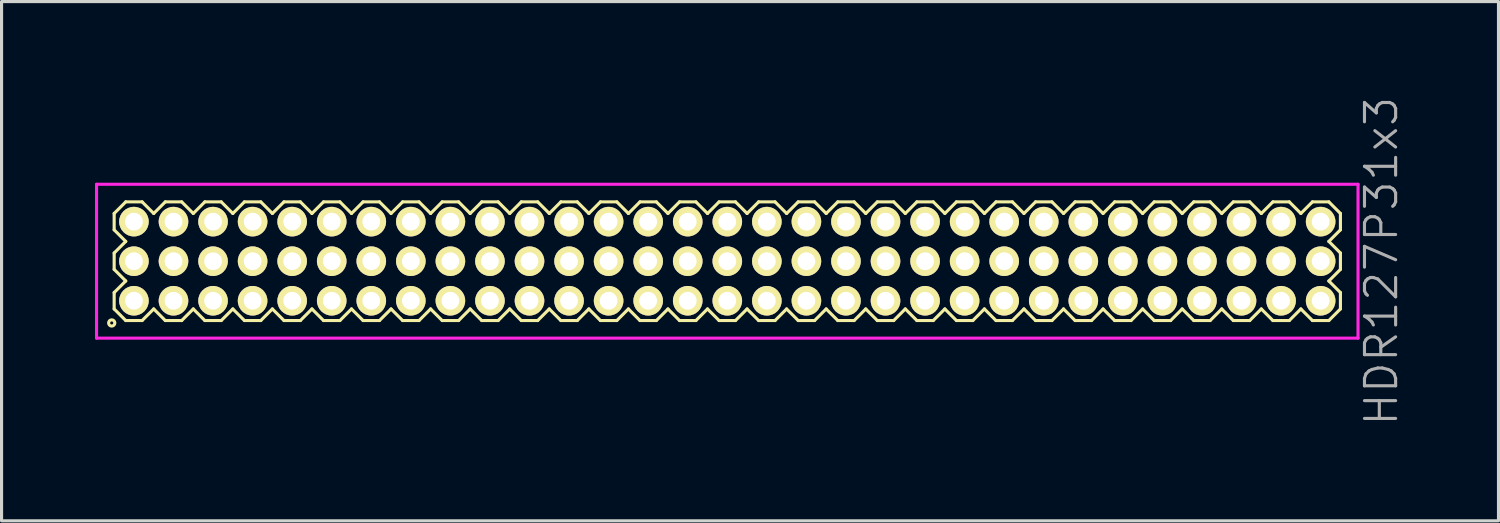
<source format=kicad_pcb>
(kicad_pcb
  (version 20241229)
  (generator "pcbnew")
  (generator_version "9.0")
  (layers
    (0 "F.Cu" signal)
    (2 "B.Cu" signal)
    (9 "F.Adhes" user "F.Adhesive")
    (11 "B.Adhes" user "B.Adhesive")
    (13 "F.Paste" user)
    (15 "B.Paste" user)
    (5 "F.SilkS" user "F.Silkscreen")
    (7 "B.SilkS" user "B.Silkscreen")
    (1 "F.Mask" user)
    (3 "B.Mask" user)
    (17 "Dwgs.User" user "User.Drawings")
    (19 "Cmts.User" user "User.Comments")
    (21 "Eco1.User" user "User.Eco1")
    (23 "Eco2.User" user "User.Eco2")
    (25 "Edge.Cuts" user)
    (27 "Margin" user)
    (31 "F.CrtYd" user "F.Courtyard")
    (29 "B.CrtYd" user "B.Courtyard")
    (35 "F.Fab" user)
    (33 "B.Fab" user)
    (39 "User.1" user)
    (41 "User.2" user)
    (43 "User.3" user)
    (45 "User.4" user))
  (footprint "HDR127P31x3"
    (layer "F.Cu")
    (at 20.3 5.336)
    (property "Reference" "HDR127P31x3" (at 21 0 90) (layer "F.Fab") (effects (font (size 1 1) (thickness 0.1))))
    (attr through_hole)
    (fp_line (start -19.685 -1.533) (end -19.313 -1.905) (stroke (width 0.1) (type solid)) (layer "F.SilkS"))
    (fp_line (start -19.685 -1.007) (end -19.685 -1.533) (stroke (width 0.1) (type solid)) (layer "F.SilkS"))
    (fp_line (start -19.685 -0.263) (end -19.313 -0.635) (stroke (width 0.1) (type solid)) (layer "F.SilkS"))
    (fp_line (start -19.685 0.263) (end -19.685 -0.263) (stroke (width 0.1) (type solid)) (layer "F.SilkS"))
    (fp_line (start -19.685 1.007) (end -19.313 0.635) (stroke (width 0.1) (type solid)) (layer "F.SilkS"))
    (fp_line (start -19.685 1.533) (end -19.685 1.007) (stroke (width 0.1) (type solid)) (layer "F.SilkS"))
    (fp_line (start -19.313 -1.905) (end -18.787 -1.905) (stroke (width 0.1) (type solid)) (layer "F.SilkS"))
    (fp_line (start -19.313 -0.635) (end -19.685 -1.007) (stroke (width 0.1) (type solid)) (layer "F.SilkS"))
    (fp_line (start -19.313 0.635) (end -19.685 0.263) (stroke (width 0.1) (type solid)) (layer "F.SilkS"))
    (fp_line (start -19.313 1.905) (end -19.685 1.533) (stroke (width 0.1) (type solid)) (layer "F.SilkS"))
    (fp_line (start -18.787 -1.905) (end -18.415 -1.533) (stroke (width 0.1) (type solid)) (layer "F.SilkS"))
    (fp_line (start -18.787 1.905) (end -19.313 1.905) (stroke (width 0.1) (type solid)) (layer "F.SilkS"))
    (fp_line (start -18.415 -1.533) (end -18.043 -1.905) (stroke (width 0.1) (type solid)) (layer "F.SilkS"))
    (fp_line (start -18.415 1.533) (end -18.787 1.905) (stroke (width 0.1) (type solid)) (layer "F.SilkS"))
    (fp_line (start -18.043 -1.905) (end -17.517 -1.905) (stroke (width 0.1) (type solid)) (layer "F.SilkS"))
    (fp_line (start -18.043 1.905) (end -18.415 1.533) (stroke (width 0.1) (type solid)) (layer "F.SilkS"))
    (fp_line (start -17.517 -1.905) (end -17.145 -1.533) (stroke (width 0.1) (type solid)) (layer "F.SilkS"))
    (fp_line (start -17.517 1.905) (end -18.043 1.905) (stroke (width 0.1) (type solid)) (layer "F.SilkS"))
    (fp_line (start -17.145 -1.533) (end -16.773 -1.905) (stroke (width 0.1) (type solid)) (layer "F.SilkS"))
    (fp_line (start -17.145 1.533) (end -17.517 1.905) (stroke (width 0.1) (type solid)) (layer "F.SilkS"))
    (fp_line (start -16.773 -1.905) (end -16.247 -1.905) (stroke (width 0.1) (type solid)) (layer "F.SilkS"))
    (fp_line (start -16.773 1.905) (end -17.145 1.533) (stroke (width 0.1) (type solid)) (layer "F.SilkS"))
    (fp_line (start -16.247 -1.905) (end -15.875 -1.533) (stroke (width 0.1) (type solid)) (layer "F.SilkS"))
    (fp_line (start -16.247 1.905) (end -16.773 1.905) (stroke (width 0.1) (type solid)) (layer "F.SilkS"))
    (fp_line (start -15.875 -1.533) (end -15.503 -1.905) (stroke (width 0.1) (type solid)) (layer "F.SilkS"))
    (fp_line (start -15.875 1.533) (end -16.247 1.905) (stroke (width 0.1) (type solid)) (layer "F.SilkS"))
    (fp_line (start -15.503 -1.905) (end -14.977 -1.905) (stroke (width 0.1) (type solid)) (layer "F.SilkS"))
    (fp_line (start -15.503 1.905) (end -15.875 1.533) (stroke (width 0.1) (type solid)) (layer "F.SilkS"))
    (fp_line (start -14.977 -1.905) (end -14.605 -1.533) (stroke (width 0.1) (type solid)) (layer "F.SilkS"))
    (fp_line (start -14.977 1.905) (end -15.503 1.905) (stroke (width 0.1) (type solid)) (layer "F.SilkS"))
    (fp_line (start -14.605 -1.533) (end -14.233 -1.905) (stroke (width 0.1) (type solid)) (layer "F.SilkS"))
    (fp_line (start -14.605 1.533) (end -14.977 1.905) (stroke (width 0.1) (type solid)) (layer "F.SilkS"))
    (fp_line (start -14.233 -1.905) (end -13.707 -1.905) (stroke (width 0.1) (type solid)) (layer "F.SilkS"))
    (fp_line (start -14.233 1.905) (end -14.605 1.533) (stroke (width 0.1) (type solid)) (layer "F.SilkS"))
    (fp_line (start -13.707 -1.905) (end -13.335 -1.533) (stroke (width 0.1) (type solid)) (layer "F.SilkS"))
    (fp_line (start -13.707 1.905) (end -14.233 1.905) (stroke (width 0.1) (type solid)) (layer "F.SilkS"))
    (fp_line (start -13.335 -1.533) (end -12.963 -1.905) (stroke (width 0.1) (type solid)) (layer "F.SilkS"))
    (fp_line (start -13.335 1.533) (end -13.707 1.905) (stroke (width 0.1) (type solid)) (layer "F.SilkS"))
    (fp_line (start -12.963 -1.905) (end -12.437 -1.905) (stroke (width 0.1) (type solid)) (layer "F.SilkS"))
    (fp_line (start -12.963 1.905) (end -13.335 1.533) (stroke (width 0.1) (type solid)) (layer "F.SilkS"))
    (fp_line (start -12.437 -1.905) (end -12.065 -1.533) (stroke (width 0.1) (type solid)) (layer "F.SilkS"))
    (fp_line (start -12.437 1.905) (end -12.963 1.905) (stroke (width 0.1) (type solid)) (layer "F.SilkS"))
    (fp_line (start -12.065 -1.533) (end -11.693 -1.905) (stroke (width 0.1) (type solid)) (layer "F.SilkS"))
    (fp_line (start -12.065 1.533) (end -12.437 1.905) (stroke (width 0.1) (type solid)) (layer "F.SilkS"))
    (fp_line (start -11.693 -1.905) (end -11.167 -1.905) (stroke (width 0.1) (type solid)) (layer "F.SilkS"))
    (fp_line (start -11.693 1.905) (end -12.065 1.533) (stroke (width 0.1) (type solid)) (layer "F.SilkS"))
    (fp_line (start -11.167 -1.905) (end -10.795 -1.533) (stroke (width 0.1) (type solid)) (layer "F.SilkS"))
    (fp_line (start -11.167 1.905) (end -11.693 1.905) (stroke (width 0.1) (type solid)) (layer "F.SilkS"))
    (fp_line (start -10.795 -1.533) (end -10.423 -1.905) (stroke (width 0.1) (type solid)) (layer "F.SilkS"))
    (fp_line (start -10.795 1.533) (end -11.167 1.905) (stroke (width 0.1) (type solid)) (layer "F.SilkS"))
    (fp_line (start -10.423 -1.905) (end -9.897 -1.905) (stroke (width 0.1) (type solid)) (layer "F.SilkS"))
    (fp_line (start -10.423 1.905) (end -10.795 1.533) (stroke (width 0.1) (type solid)) (layer "F.SilkS"))
    (fp_line (start -9.897 -1.905) (end -9.525 -1.533) (stroke (width 0.1) (type solid)) (layer "F.SilkS"))
    (fp_line (start -9.897 1.905) (end -10.423 1.905) (stroke (width 0.1) (type solid)) (layer "F.SilkS"))
    (fp_line (start -9.525 -1.533) (end -9.153 -1.905) (stroke (width 0.1) (type solid)) (layer "F.SilkS"))
    (fp_line (start -9.525 1.533) (end -9.897 1.905) (stroke (width 0.1) (type solid)) (layer "F.SilkS"))
    (fp_line (start -9.153 -1.905) (end -8.627 -1.905) (stroke (width 0.1) (type solid)) (layer "F.SilkS"))
    (fp_line (start -9.153 1.905) (end -9.525 1.533) (stroke (width 0.1) (type solid)) (layer "F.SilkS"))
    (fp_line (start -8.627 -1.905) (end -8.255 -1.533) (stroke (width 0.1) (type solid)) (layer "F.SilkS"))
    (fp_line (start -8.627 1.905) (end -9.153 1.905) (stroke (width 0.1) (type solid)) (layer "F.SilkS"))
    (fp_line (start -8.255 -1.533) (end -7.883 -1.905) (stroke (width 0.1) (type solid)) (layer "F.SilkS"))
    (fp_line (start -8.255 1.533) (end -8.627 1.905) (stroke (width 0.1) (type solid)) (layer "F.SilkS"))
    (fp_line (start -7.883 -1.905) (end -7.357 -1.905) (stroke (width 0.1) (type solid)) (layer "F.SilkS"))
    (fp_line (start -7.883 1.905) (end -8.255 1.533) (stroke (width 0.1) (type solid)) (layer "F.SilkS"))
    (fp_line (start -7.357 -1.905) (end -6.985 -1.533) (stroke (width 0.1) (type solid)) (layer "F.SilkS"))
    (fp_line (start -7.357 1.905) (end -7.883 1.905) (stroke (width 0.1) (type solid)) (layer "F.SilkS"))
    (fp_line (start -6.985 -1.533) (end -6.613 -1.905) (stroke (width 0.1) (type solid)) (layer "F.SilkS"))
    (fp_line (start -6.985 1.533) (end -7.357 1.905) (stroke (width 0.1) (type solid)) (layer "F.SilkS"))
    (fp_line (start -6.613 -1.905) (end -6.087 -1.905) (stroke (width 0.1) (type solid)) (layer "F.SilkS"))
    (fp_line (start -6.613 1.905) (end -6.985 1.533) (stroke (width 0.1) (type solid)) (layer "F.SilkS"))
    (fp_line (start -6.087 -1.905) (end -5.715 -1.533) (stroke (width 0.1) (type solid)) (layer "F.SilkS"))
    (fp_line (start -6.087 1.905) (end -6.613 1.905) (stroke (width 0.1) (type solid)) (layer "F.SilkS"))
    (fp_line (start -5.715 -1.533) (end -5.343 -1.905) (stroke (width 0.1) (type solid)) (layer "F.SilkS"))
    (fp_line (start -5.715 1.533) (end -6.087 1.905) (stroke (width 0.1) (type solid)) (layer "F.SilkS"))
    (fp_line (start -5.343 -1.905) (end -4.817 -1.905) (stroke (width 0.1) (type solid)) (layer "F.SilkS"))
    (fp_line (start -5.343 1.905) (end -5.715 1.533) (stroke (width 0.1) (type solid)) (layer "F.SilkS"))
    (fp_line (start -4.817 -1.905) (end -4.445 -1.533) (stroke (width 0.1) (type solid)) (layer "F.SilkS"))
    (fp_line (start -4.817 1.905) (end -5.343 1.905) (stroke (width 0.1) (type solid)) (layer "F.SilkS"))
    (fp_line (start -4.445 -1.533) (end -4.073 -1.905) (stroke (width 0.1) (type solid)) (layer "F.SilkS"))
    (fp_line (start -4.445 1.533) (end -4.817 1.905) (stroke (width 0.1) (type solid)) (layer "F.SilkS"))
    (fp_line (start -4.073 -1.905) (end -3.547 -1.905) (stroke (width 0.1) (type solid)) (layer "F.SilkS"))
    (fp_line (start -4.073 1.905) (end -4.445 1.533) (stroke (width 0.1) (type solid)) (layer "F.SilkS"))
    (fp_line (start -3.547 -1.905) (end -3.175 -1.533) (stroke (width 0.1) (type solid)) (layer "F.SilkS"))
    (fp_line (start -3.547 1.905) (end -4.073 1.905) (stroke (width 0.1) (type solid)) (layer "F.SilkS"))
    (fp_line (start -3.175 -1.533) (end -2.803 -1.905) (stroke (width 0.1) (type solid)) (layer "F.SilkS"))
    (fp_line (start -3.175 1.533) (end -3.547 1.905) (stroke (width 0.1) (type solid)) (layer "F.SilkS"))
    (fp_line (start -2.803 -1.905) (end -2.277 -1.905) (stroke (width 0.1) (type solid)) (layer "F.SilkS"))
    (fp_line (start -2.803 1.905) (end -3.175 1.533) (stroke (width 0.1) (type solid)) (layer "F.SilkS"))
    (fp_line (start -2.277 -1.905) (end -1.905 -1.533) (stroke (width 0.1) (type solid)) (layer "F.SilkS"))
    (fp_line (start -2.277 1.905) (end -2.803 1.905) (stroke (width 0.1) (type solid)) (layer "F.SilkS"))
    (fp_line (start -1.905 -1.533) (end -1.533 -1.905) (stroke (width 0.1) (type solid)) (layer "F.SilkS"))
    (fp_line (start -1.905 1.533) (end -2.277 1.905) (stroke (width 0.1) (type solid)) (layer "F.SilkS"))
    (fp_line (start -1.533 -1.905) (end -1.007 -1.905) (stroke (width 0.1) (type solid)) (layer "F.SilkS"))
    (fp_line (start -1.533 1.905) (end -1.905 1.533) (stroke (width 0.1) (type solid)) (layer "F.SilkS"))
    (fp_line (start -1.007 -1.905) (end -0.635 -1.533) (stroke (width 0.1) (type solid)) (layer "F.SilkS"))
    (fp_line (start -1.007 1.905) (end -1.533 1.905) (stroke (width 0.1) (type solid)) (layer "F.SilkS"))
    (fp_line (start -0.635 -1.533) (end -0.263 -1.905) (stroke (width 0.1) (type solid)) (layer "F.SilkS"))
    (fp_line (start -0.635 1.533) (end -1.007 1.905) (stroke (width 0.1) (type solid)) (layer "F.SilkS"))
    (fp_line (start -0.263 -1.905) (end 0.263 -1.905) (stroke (width 0.1) (type solid)) (layer "F.SilkS"))
    (fp_line (start -0.263 1.905) (end -0.635 1.533) (stroke (width 0.1) (type solid)) (layer "F.SilkS"))
    (fp_line (start 0.263 -1.905) (end 0.635 -1.533) (stroke (width 0.1) (type solid)) (layer "F.SilkS"))
    (fp_line (start 0.263 1.905) (end -0.263 1.905) (stroke (width 0.1) (type solid)) (layer "F.SilkS"))
    (fp_line (start 0.635 -1.533) (end 1.007 -1.905) (stroke (width 0.1) (type solid)) (layer "F.SilkS"))
    (fp_line (start 0.635 1.533) (end 0.263 1.905) (stroke (width 0.1) (type solid)) (layer "F.SilkS"))
    (fp_line (start 1.007 -1.905) (end 1.533 -1.905) (stroke (width 0.1) (type solid)) (layer "F.SilkS"))
    (fp_line (start 1.007 1.905) (end 0.635 1.533) (stroke (width 0.1) (type solid)) (layer "F.SilkS"))
    (fp_line (start 1.533 -1.905) (end 1.905 -1.533) (stroke (width 0.1) (type solid)) (layer "F.SilkS"))
    (fp_line (start 1.533 1.905) (end 1.007 1.905) (stroke (width 0.1) (type solid)) (layer "F.SilkS"))
    (fp_line (start 1.905 -1.533) (end 2.277 -1.905) (stroke (width 0.1) (type solid)) (layer "F.SilkS"))
    (fp_line (start 1.905 1.533) (end 1.533 1.905) (stroke (width 0.1) (type solid)) (layer "F.SilkS"))
    (fp_line (start 2.277 -1.905) (end 2.803 -1.905) (stroke (width 0.1) (type solid)) (layer "F.SilkS"))
    (fp_line (start 2.277 1.905) (end 1.905 1.533) (stroke (width 0.1) (type solid)) (layer "F.SilkS"))
    (fp_line (start 2.803 -1.905) (end 3.175 -1.533) (stroke (width 0.1) (type solid)) (layer "F.SilkS"))
    (fp_line (start 2.803 1.905) (end 2.277 1.905) (stroke (width 0.1) (type solid)) (layer "F.SilkS"))
    (fp_line (start 3.175 -1.533) (end 3.547 -1.905) (stroke (width 0.1) (type solid)) (layer "F.SilkS"))
    (fp_line (start 3.175 1.533) (end 2.803 1.905) (stroke (width 0.1) (type solid)) (layer "F.SilkS"))
    (fp_line (start 3.547 -1.905) (end 4.073 -1.905) (stroke (width 0.1) (type solid)) (layer "F.SilkS"))
    (fp_line (start 3.547 1.905) (end 3.175 1.533) (stroke (width 0.1) (type solid)) (layer "F.SilkS"))
    (fp_line (start 4.073 -1.905) (end 4.445 -1.533) (stroke (width 0.1) (type solid)) (layer "F.SilkS"))
    (fp_line (start 4.073 1.905) (end 3.547 1.905) (stroke (width 0.1) (type solid)) (layer "F.SilkS"))
    (fp_line (start 4.445 -1.533) (end 4.817 -1.905) (stroke (width 0.1) (type solid)) (layer "F.SilkS"))
    (fp_line (start 4.445 1.533) (end 4.073 1.905) (stroke (width 0.1) (type solid)) (layer "F.SilkS"))
    (fp_line (start 4.817 -1.905) (end 5.343 -1.905) (stroke (width 0.1) (type solid)) (layer "F.SilkS"))
    (fp_line (start 4.817 1.905) (end 4.445 1.533) (stroke (width 0.1) (type solid)) (layer "F.SilkS"))
    (fp_line (start 5.343 -1.905) (end 5.715 -1.533) (stroke (width 0.1) (type solid)) (layer "F.SilkS"))
    (fp_line (start 5.343 1.905) (end 4.817 1.905) (stroke (width 0.1) (type solid)) (layer "F.SilkS"))
    (fp_line (start 5.715 -1.533) (end 6.087 -1.905) (stroke (width 0.1) (type solid)) (layer "F.SilkS"))
    (fp_line (start 5.715 1.533) (end 5.343 1.905) (stroke (width 0.1) (type solid)) (layer "F.SilkS"))
    (fp_line (start 6.087 -1.905) (end 6.613 -1.905) (stroke (width 0.1) (type solid)) (layer "F.SilkS"))
    (fp_line (start 6.087 1.905) (end 5.715 1.533) (stroke (width 0.1) (type solid)) (layer "F.SilkS"))
    (fp_line (start 6.613 -1.905) (end 6.985 -1.533) (stroke (width 0.1) (type solid)) (layer "F.SilkS"))
    (fp_line (start 6.613 1.905) (end 6.087 1.905) (stroke (width 0.1) (type solid)) (layer "F.SilkS"))
    (fp_line (start 6.985 -1.533) (end 7.357 -1.905) (stroke (width 0.1) (type solid)) (layer "F.SilkS"))
    (fp_line (start 6.985 1.533) (end 6.613 1.905) (stroke (width 0.1) (type solid)) (layer "F.SilkS"))
    (fp_line (start 7.357 -1.905) (end 7.883 -1.905) (stroke (width 0.1) (type solid)) (layer "F.SilkS"))
    (fp_line (start 7.357 1.905) (end 6.985 1.533) (stroke (width 0.1) (type solid)) (layer "F.SilkS"))
    (fp_line (start 7.883 -1.905) (end 8.255 -1.533) (stroke (width 0.1) (type solid)) (layer "F.SilkS"))
    (fp_line (start 7.883 1.905) (end 7.357 1.905) (stroke (width 0.1) (type solid)) (layer "F.SilkS"))
    (fp_line (start 8.255 -1.533) (end 8.627 -1.905) (stroke (width 0.1) (type solid)) (layer "F.SilkS"))
    (fp_line (start 8.255 1.533) (end 7.883 1.905) (stroke (width 0.1) (type solid)) (layer "F.SilkS"))
    (fp_line (start 8.627 -1.905) (end 9.153 -1.905) (stroke (width 0.1) (type solid)) (layer "F.SilkS"))
    (fp_line (start 8.627 1.905) (end 8.255 1.533) (stroke (width 0.1) (type solid)) (layer "F.SilkS"))
    (fp_line (start 9.153 -1.905) (end 9.525 -1.533) (stroke (width 0.1) (type solid)) (layer "F.SilkS"))
    (fp_line (start 9.153 1.905) (end 8.627 1.905) (stroke (width 0.1) (type solid)) (layer "F.SilkS"))
    (fp_line (start 9.525 -1.533) (end 9.897 -1.905) (stroke (width 0.1) (type solid)) (layer "F.SilkS"))
    (fp_line (start 9.525 1.533) (end 9.153 1.905) (stroke (width 0.1) (type solid)) (layer "F.SilkS"))
    (fp_line (start 9.897 -1.905) (end 10.423 -1.905) (stroke (width 0.1) (type solid)) (layer "F.SilkS"))
    (fp_line (start 9.897 1.905) (end 9.525 1.533) (stroke (width 0.1) (type solid)) (layer "F.SilkS"))
    (fp_line (start 10.423 -1.905) (end 10.795 -1.533) (stroke (width 0.1) (type solid)) (layer "F.SilkS"))
    (fp_line (start 10.423 1.905) (end 9.897 1.905) (stroke (width 0.1) (type solid)) (layer "F.SilkS"))
    (fp_line (start 10.795 -1.533) (end 11.167 -1.905) (stroke (width 0.1) (type solid)) (layer "F.SilkS"))
    (fp_line (start 10.795 1.533) (end 10.423 1.905) (stroke (width 0.1) (type solid)) (layer "F.SilkS"))
    (fp_line (start 11.167 -1.905) (end 11.693 -1.905) (stroke (width 0.1) (type solid)) (layer "F.SilkS"))
    (fp_line (start 11.167 1.905) (end 10.795 1.533) (stroke (width 0.1) (type solid)) (layer "F.SilkS"))
    (fp_line (start 11.693 -1.905) (end 12.065 -1.533) (stroke (width 0.1) (type solid)) (layer "F.SilkS"))
    (fp_line (start 11.693 1.905) (end 11.167 1.905) (stroke (width 0.1) (type solid)) (layer "F.SilkS"))
    (fp_line (start 12.065 -1.533) (end 12.437 -1.905) (stroke (width 0.1) (type solid)) (layer "F.SilkS"))
    (fp_line (start 12.065 1.533) (end 11.693 1.905) (stroke (width 0.1) (type solid)) (layer "F.SilkS"))
    (fp_line (start 12.437 -1.905) (end 12.963 -1.905) (stroke (width 0.1) (type solid)) (layer "F.SilkS"))
    (fp_line (start 12.437 1.905) (end 12.065 1.533) (stroke (width 0.1) (type solid)) (layer "F.SilkS"))
    (fp_line (start 12.963 -1.905) (end 13.335 -1.533) (stroke (width 0.1) (type solid)) (layer "F.SilkS"))
    (fp_line (start 12.963 1.905) (end 12.437 1.905) (stroke (width 0.1) (type solid)) (layer "F.SilkS"))
    (fp_line (start 13.335 -1.533) (end 13.707 -1.905) (stroke (width 0.1) (type solid)) (layer "F.SilkS"))
    (fp_line (start 13.335 1.533) (end 12.963 1.905) (stroke (width 0.1) (type solid)) (layer "F.SilkS"))
    (fp_line (start 13.707 -1.905) (end 14.233 -1.905) (stroke (width 0.1) (type solid)) (layer "F.SilkS"))
    (fp_line (start 13.707 1.905) (end 13.335 1.533) (stroke (width 0.1) (type solid)) (layer "F.SilkS"))
    (fp_line (start 14.233 -1.905) (end 14.605 -1.533) (stroke (width 0.1) (type solid)) (layer "F.SilkS"))
    (fp_line (start 14.233 1.905) (end 13.707 1.905) (stroke (width 0.1) (type solid)) (layer "F.SilkS"))
    (fp_line (start 14.605 -1.533) (end 14.977 -1.905) (stroke (width 0.1) (type solid)) (layer "F.SilkS"))
    (fp_line (start 14.605 1.533) (end 14.233 1.905) (stroke (width 0.1) (type solid)) (layer "F.SilkS"))
    (fp_line (start 14.977 -1.905) (end 15.503 -1.905) (stroke (width 0.1) (type solid)) (layer "F.SilkS"))
    (fp_line (start 14.977 1.905) (end 14.605 1.533) (stroke (width 0.1) (type solid)) (layer "F.SilkS"))
    (fp_line (start 15.503 -1.905) (end 15.875 -1.533) (stroke (width 0.1) (type solid)) (layer "F.SilkS"))
    (fp_line (start 15.503 1.905) (end 14.977 1.905) (stroke (width 0.1) (type solid)) (layer "F.SilkS"))
    (fp_line (start 15.875 -1.533) (end 16.247 -1.905) (stroke (width 0.1) (type solid)) (layer "F.SilkS"))
    (fp_line (start 15.875 1.533) (end 15.503 1.905) (stroke (width 0.1) (type solid)) (layer "F.SilkS"))
    (fp_line (start 16.247 -1.905) (end 16.773 -1.905) (stroke (width 0.1) (type solid)) (layer "F.SilkS"))
    (fp_line (start 16.247 1.905) (end 15.875 1.533) (stroke (width 0.1) (type solid)) (layer "F.SilkS"))
    (fp_line (start 16.773 -1.905) (end 17.145 -1.533) (stroke (width 0.1) (type solid)) (layer "F.SilkS"))
    (fp_line (start 16.773 1.905) (end 16.247 1.905) (stroke (width 0.1) (type solid)) (layer "F.SilkS"))
    (fp_line (start 17.145 -1.533) (end 17.517 -1.905) (stroke (width 0.1) (type solid)) (layer "F.SilkS"))
    (fp_line (start 17.145 1.533) (end 16.773 1.905) (stroke (width 0.1) (type solid)) (layer "F.SilkS"))
    (fp_line (start 17.517 -1.905) (end 18.043 -1.905) (stroke (width 0.1) (type solid)) (layer "F.SilkS"))
    (fp_line (start 17.517 1.905) (end 17.145 1.533) (stroke (width 0.1) (type solid)) (layer "F.SilkS"))
    (fp_line (start 18.043 -1.905) (end 18.415 -1.533) (stroke (width 0.1) (type solid)) (layer "F.SilkS"))
    (fp_line (start 18.043 1.905) (end 17.517 1.905) (stroke (width 0.1) (type solid)) (layer "F.SilkS"))
    (fp_line (start 18.415 -1.533) (end 18.787 -1.905) (stroke (width 0.1) (type solid)) (layer "F.SilkS"))
    (fp_line (start 18.415 1.533) (end 18.043 1.905) (stroke (width 0.1) (type solid)) (layer "F.SilkS"))
    (fp_line (start 18.787 -1.905) (end 19.313 -1.905) (stroke (width 0.1) (type solid)) (layer "F.SilkS"))
    (fp_line (start 18.787 1.905) (end 18.415 1.533) (stroke (width 0.1) (type solid)) (layer "F.SilkS"))
    (fp_line (start 19.313 -1.905) (end 19.685 -1.533) (stroke (width 0.1) (type solid)) (layer "F.SilkS"))
    (fp_line (start 19.313 -0.635) (end 19.685 -0.263) (stroke (width 0.1) (type solid)) (layer "F.SilkS"))
    (fp_line (start 19.313 0.635) (end 19.685 1.007) (stroke (width 0.1) (type solid)) (layer "F.SilkS"))
    (fp_line (start 19.313 1.905) (end 18.787 1.905) (stroke (width 0.1) (type solid)) (layer "F.SilkS"))
    (fp_line (start 19.685 -1.533) (end 19.685 -1.007) (stroke (width 0.1) (type solid)) (layer "F.SilkS"))
    (fp_line (start 19.685 -1.007) (end 19.313 -0.635) (stroke (width 0.1) (type solid)) (layer "F.SilkS"))
    (fp_line (start 19.685 -0.263) (end 19.685 0.263) (stroke (width 0.1) (type solid)) (layer "F.SilkS"))
    (fp_line (start 19.685 0.263) (end 19.313 0.635) (stroke (width 0.1) (type solid)) (layer "F.SilkS"))
    (fp_line (start 19.685 1.007) (end 19.685 1.533) (stroke (width 0.1) (type solid)) (layer "F.SilkS"))
    (fp_line (start 19.685 1.533) (end 19.313 1.905) (stroke (width 0.1) (type solid)) (layer "F.SilkS"))
    (fp_circle (center -19.763 1.983) (end -19.663 1.983) (stroke (width 0.1) (type solid)) (fill no) (layer "F.SilkS"))
    (fp_line (start -20.25 -2.47) (end -20.25 2.47) (stroke (width 0.1) (type solid)) (layer "F.CrtYd"))
    (fp_line (start -20.25 2.47) (end 20.25 2.47) (stroke (width 0.1) (type solid)) (layer "F.CrtYd"))
    (fp_line (start 20.25 -2.47) (end -20.25 -2.47) (stroke (width 0.1) (type solid)) (layer "F.CrtYd"))
    (fp_line (start 20.25 2.47) (end 20.25 -2.47) (stroke (width 0.1) (type solid)) (layer "F.CrtYd"))
    (pad "1" thru_hole oval (at -19.05 1.27) (size 0.95 0.95) (drill 0.57) (layers "*.Cu" "*.Mask" "F.SilkS"))
    (pad "2" thru_hole oval (at -19.05 0) (size 0.95 0.95) (drill 0.57) (layers "*.Cu" "*.Mask" "F.SilkS"))
    (pad "3" thru_hole oval (at -19.05 -1.27) (size 0.95 0.95) (drill 0.57) (layers "*.Cu" "*.Mask" "F.SilkS"))
    (pad "4" thru_hole oval (at -17.78 1.27) (size 0.95 0.95) (drill 0.57) (layers "*.Cu" "*.Mask" "F.SilkS"))
    (pad "5" thru_hole oval (at -17.78 0) (size 0.95 0.95) (drill 0.57) (layers "*.Cu" "*.Mask" "F.SilkS"))
    (pad "6" thru_hole oval (at -17.78 -1.27) (size 0.95 0.95) (drill 0.57) (layers "*.Cu" "*.Mask" "F.SilkS"))
    (pad "7" thru_hole oval (at -16.51 1.27) (size 0.95 0.95) (drill 0.57) (layers "*.Cu" "*.Mask" "F.SilkS"))
    (pad "8" thru_hole oval (at -16.51 0) (size 0.95 0.95) (drill 0.57) (layers "*.Cu" "*.Mask" "F.SilkS"))
    (pad "9" thru_hole oval (at -16.51 -1.27) (size 0.95 0.95) (drill 0.57) (layers "*.Cu" "*.Mask" "F.SilkS"))
    (pad "10" thru_hole oval (at -15.24 1.27) (size 0.95 0.95) (drill 0.57) (layers "*.Cu" "*.Mask" "F.SilkS"))
    (pad "11" thru_hole oval (at -15.24 0) (size 0.95 0.95) (drill 0.57) (layers "*.Cu" "*.Mask" "F.SilkS"))
    (pad "12" thru_hole oval (at -15.24 -1.27) (size 0.95 0.95) (drill 0.57) (layers "*.Cu" "*.Mask" "F.SilkS"))
    (pad "13" thru_hole oval (at -13.97 1.27) (size 0.95 0.95) (drill 0.57) (layers "*.Cu" "*.Mask" "F.SilkS"))
    (pad "14" thru_hole oval (at -13.97 0) (size 0.95 0.95) (drill 0.57) (layers "*.Cu" "*.Mask" "F.SilkS"))
    (pad "15" thru_hole oval (at -13.97 -1.27) (size 0.95 0.95) (drill 0.57) (layers "*.Cu" "*.Mask" "F.SilkS"))
    (pad "16" thru_hole oval (at -12.7 1.27) (size 0.95 0.95) (drill 0.57) (layers "*.Cu" "*.Mask" "F.SilkS"))
    (pad "17" thru_hole oval (at -12.7 0) (size 0.95 0.95) (drill 0.57) (layers "*.Cu" "*.Mask" "F.SilkS"))
    (pad "18" thru_hole oval (at -12.7 -1.27) (size 0.95 0.95) (drill 0.57) (layers "*.Cu" "*.Mask" "F.SilkS"))
    (pad "19" thru_hole oval (at -11.43 1.27) (size 0.95 0.95) (drill 0.57) (layers "*.Cu" "*.Mask" "F.SilkS"))
    (pad "20" thru_hole oval (at -11.43 0) (size 0.95 0.95) (drill 0.57) (layers "*.Cu" "*.Mask" "F.SilkS"))
    (pad "21" thru_hole oval (at -11.43 -1.27) (size 0.95 0.95) (drill 0.57) (layers "*.Cu" "*.Mask" "F.SilkS"))
    (pad "22" thru_hole oval (at -10.16 1.27) (size 0.95 0.95) (drill 0.57) (layers "*.Cu" "*.Mask" "F.SilkS"))
    (pad "23" thru_hole oval (at -10.16 0) (size 0.95 0.95) (drill 0.57) (layers "*.Cu" "*.Mask" "F.SilkS"))
    (pad "24" thru_hole oval (at -10.16 -1.27) (size 0.95 0.95) (drill 0.57) (layers "*.Cu" "*.Mask" "F.SilkS"))
    (pad "25" thru_hole oval (at -8.89 1.27) (size 0.95 0.95) (drill 0.57) (layers "*.Cu" "*.Mask" "F.SilkS"))
    (pad "26" thru_hole oval (at -8.89 0) (size 0.95 0.95) (drill 0.57) (layers "*.Cu" "*.Mask" "F.SilkS"))
    (pad "27" thru_hole oval (at -8.89 -1.27) (size 0.95 0.95) (drill 0.57) (layers "*.Cu" "*.Mask" "F.SilkS"))
    (pad "28" thru_hole oval (at -7.62 1.27) (size 0.95 0.95) (drill 0.57) (layers "*.Cu" "*.Mask" "F.SilkS"))
    (pad "29" thru_hole oval (at -7.62 0) (size 0.95 0.95) (drill 0.57) (layers "*.Cu" "*.Mask" "F.SilkS"))
    (pad "30" thru_hole oval (at -7.62 -1.27) (size 0.95 0.95) (drill 0.57) (layers "*.Cu" "*.Mask" "F.SilkS"))
    (pad "31" thru_hole oval (at -6.35 1.27) (size 0.95 0.95) (drill 0.57) (layers "*.Cu" "*.Mask" "F.SilkS"))
    (pad "32" thru_hole oval (at -6.35 0) (size 0.95 0.95) (drill 0.57) (layers "*.Cu" "*.Mask" "F.SilkS"))
    (pad "33" thru_hole oval (at -6.35 -1.27) (size 0.95 0.95) (drill 0.57) (layers "*.Cu" "*.Mask" "F.SilkS"))
    (pad "34" thru_hole oval (at -5.08 1.27) (size 0.95 0.95) (drill 0.57) (layers "*.Cu" "*.Mask" "F.SilkS"))
    (pad "35" thru_hole oval (at -5.08 0) (size 0.95 0.95) (drill 0.57) (layers "*.Cu" "*.Mask" "F.SilkS"))
    (pad "36" thru_hole oval (at -5.08 -1.27) (size 0.95 0.95) (drill 0.57) (layers "*.Cu" "*.Mask" "F.SilkS"))
    (pad "37" thru_hole oval (at -3.81 1.27) (size 0.95 0.95) (drill 0.57) (layers "*.Cu" "*.Mask" "F.SilkS"))
    (pad "38" thru_hole oval (at -3.81 0) (size 0.95 0.95) (drill 0.57) (layers "*.Cu" "*.Mask" "F.SilkS"))
    (pad "39" thru_hole oval (at -3.81 -1.27) (size 0.95 0.95) (drill 0.57) (layers "*.Cu" "*.Mask" "F.SilkS"))
    (pad "40" thru_hole oval (at -2.54 1.27) (size 0.95 0.95) (drill 0.57) (layers "*.Cu" "*.Mask" "F.SilkS"))
    (pad "41" thru_hole oval (at -2.54 0) (size 0.95 0.95) (drill 0.57) (layers "*.Cu" "*.Mask" "F.SilkS"))
    (pad "42" thru_hole oval (at -2.54 -1.27) (size 0.95 0.95) (drill 0.57) (layers "*.Cu" "*.Mask" "F.SilkS"))
    (pad "43" thru_hole oval (at -1.27 1.27) (size 0.95 0.95) (drill 0.57) (layers "*.Cu" "*.Mask" "F.SilkS"))
    (pad "44" thru_hole oval (at -1.27 0) (size 0.95 0.95) (drill 0.57) (layers "*.Cu" "*.Mask" "F.SilkS"))
    (pad "45" thru_hole oval (at -1.27 -1.27) (size 0.95 0.95) (drill 0.57) (layers "*.Cu" "*.Mask" "F.SilkS"))
    (pad "46" thru_hole oval (at 0 1.27) (size 0.95 0.95) (drill 0.57) (layers "*.Cu" "*.Mask" "F.SilkS"))
    (pad "47" thru_hole oval (at 0 0) (size 0.95 0.95) (drill 0.57) (layers "*.Cu" "*.Mask" "F.SilkS"))
    (pad "48" thru_hole oval (at 0 -1.27) (size 0.95 0.95) (drill 0.57) (layers "*.Cu" "*.Mask" "F.SilkS"))
    (pad "49" thru_hole oval (at 1.27 1.27) (size 0.95 0.95) (drill 0.57) (layers "*.Cu" "*.Mask" "F.SilkS"))
    (pad "50" thru_hole oval (at 1.27 0) (size 0.95 0.95) (drill 0.57) (layers "*.Cu" "*.Mask" "F.SilkS"))
    (pad "51" thru_hole oval (at 1.27 -1.27) (size 0.95 0.95) (drill 0.57) (layers "*.Cu" "*.Mask" "F.SilkS"))
    (pad "52" thru_hole oval (at 2.54 1.27) (size 0.95 0.95) (drill 0.57) (layers "*.Cu" "*.Mask" "F.SilkS"))
    (pad "53" thru_hole oval (at 2.54 0) (size 0.95 0.95) (drill 0.57) (layers "*.Cu" "*.Mask" "F.SilkS"))
    (pad "54" thru_hole oval (at 2.54 -1.27) (size 0.95 0.95) (drill 0.57) (layers "*.Cu" "*.Mask" "F.SilkS"))
    (pad "55" thru_hole oval (at 3.81 1.27) (size 0.95 0.95) (drill 0.57) (layers "*.Cu" "*.Mask" "F.SilkS"))
    (pad "56" thru_hole oval (at 3.81 0) (size 0.95 0.95) (drill 0.57) (layers "*.Cu" "*.Mask" "F.SilkS"))
    (pad "57" thru_hole oval (at 3.81 -1.27) (size 0.95 0.95) (drill 0.57) (layers "*.Cu" "*.Mask" "F.SilkS"))
    (pad "58" thru_hole oval (at 5.08 1.27) (size 0.95 0.95) (drill 0.57) (layers "*.Cu" "*.Mask" "F.SilkS"))
    (pad "59" thru_hole oval (at 5.08 0) (size 0.95 0.95) (drill 0.57) (layers "*.Cu" "*.Mask" "F.SilkS"))
    (pad "60" thru_hole oval (at 5.08 -1.27) (size 0.95 0.95) (drill 0.57) (layers "*.Cu" "*.Mask" "F.SilkS"))
    (pad "61" thru_hole oval (at 6.35 1.27) (size 0.95 0.95) (drill 0.57) (layers "*.Cu" "*.Mask" "F.SilkS"))
    (pad "62" thru_hole oval (at 6.35 0) (size 0.95 0.95) (drill 0.57) (layers "*.Cu" "*.Mask" "F.SilkS"))
    (pad "63" thru_hole oval (at 6.35 -1.27) (size 0.95 0.95) (drill 0.57) (layers "*.Cu" "*.Mask" "F.SilkS"))
    (pad "64" thru_hole oval (at 7.62 1.27) (size 0.95 0.95) (drill 0.57) (layers "*.Cu" "*.Mask" "F.SilkS"))
    (pad "65" thru_hole oval (at 7.62 0) (size 0.95 0.95) (drill 0.57) (layers "*.Cu" "*.Mask" "F.SilkS"))
    (pad "66" thru_hole oval (at 7.62 -1.27) (size 0.95 0.95) (drill 0.57) (layers "*.Cu" "*.Mask" "F.SilkS"))
    (pad "67" thru_hole oval (at 8.89 1.27) (size 0.95 0.95) (drill 0.57) (layers "*.Cu" "*.Mask" "F.SilkS"))
    (pad "68" thru_hole oval (at 8.89 0) (size 0.95 0.95) (drill 0.57) (layers "*.Cu" "*.Mask" "F.SilkS"))
    (pad "69" thru_hole oval (at 8.89 -1.27) (size 0.95 0.95) (drill 0.57) (layers "*.Cu" "*.Mask" "F.SilkS"))
    (pad "70" thru_hole oval (at 10.16 1.27) (size 0.95 0.95) (drill 0.57) (layers "*.Cu" "*.Mask" "F.SilkS"))
    (pad "71" thru_hole oval (at 10.16 0) (size 0.95 0.95) (drill 0.57) (layers "*.Cu" "*.Mask" "F.SilkS"))
    (pad "72" thru_hole oval (at 10.16 -1.27) (size 0.95 0.95) (drill 0.57) (layers "*.Cu" "*.Mask" "F.SilkS"))
    (pad "73" thru_hole oval (at 11.43 1.27) (size 0.95 0.95) (drill 0.57) (layers "*.Cu" "*.Mask" "F.SilkS"))
    (pad "74" thru_hole oval (at 11.43 0) (size 0.95 0.95) (drill 0.57) (layers "*.Cu" "*.Mask" "F.SilkS"))
    (pad "75" thru_hole oval (at 11.43 -1.27) (size 0.95 0.95) (drill 0.57) (layers "*.Cu" "*.Mask" "F.SilkS"))
    (pad "76" thru_hole oval (at 12.7 1.27) (size 0.95 0.95) (drill 0.57) (layers "*.Cu" "*.Mask" "F.SilkS"))
    (pad "77" thru_hole oval (at 12.7 0) (size 0.95 0.95) (drill 0.57) (layers "*.Cu" "*.Mask" "F.SilkS"))
    (pad "78" thru_hole oval (at 12.7 -1.27) (size 0.95 0.95) (drill 0.57) (layers "*.Cu" "*.Mask" "F.SilkS"))
    (pad "79" thru_hole oval (at 13.97 1.27) (size 0.95 0.95) (drill 0.57) (layers "*.Cu" "*.Mask" "F.SilkS"))
    (pad "80" thru_hole oval (at 13.97 0) (size 0.95 0.95) (drill 0.57) (layers "*.Cu" "*.Mask" "F.SilkS"))
    (pad "81" thru_hole oval (at 13.97 -1.27) (size 0.95 0.95) (drill 0.57) (layers "*.Cu" "*.Mask" "F.SilkS"))
    (pad "82" thru_hole oval (at 15.24 1.27) (size 0.95 0.95) (drill 0.57) (layers "*.Cu" "*.Mask" "F.SilkS"))
    (pad "83" thru_hole oval (at 15.24 0) (size 0.95 0.95) (drill 0.57) (layers "*.Cu" "*.Mask" "F.SilkS"))
    (pad "84" thru_hole oval (at 15.24 -1.27) (size 0.95 0.95) (drill 0.57) (layers "*.Cu" "*.Mask" "F.SilkS"))
    (pad "85" thru_hole oval (at 16.51 1.27) (size 0.95 0.95) (drill 0.57) (layers "*.Cu" "*.Mask" "F.SilkS"))
    (pad "86" thru_hole oval (at 16.51 0) (size 0.95 0.95) (drill 0.57) (layers "*.Cu" "*.Mask" "F.SilkS"))
    (pad "87" thru_hole oval (at 16.51 -1.27) (size 0.95 0.95) (drill 0.57) (layers "*.Cu" "*.Mask" "F.SilkS"))
    (pad "88" thru_hole oval (at 17.78 1.27) (size 0.95 0.95) (drill 0.57) (layers "*.Cu" "*.Mask" "F.SilkS"))
    (pad "89" thru_hole oval (at 17.78 0) (size 0.95 0.95) (drill 0.57) (layers "*.Cu" "*.Mask" "F.SilkS"))
    (pad "90" thru_hole oval (at 17.78 -1.27) (size 0.95 0.95) (drill 0.57) (layers "*.Cu" "*.Mask" "F.SilkS"))
    (pad "91" thru_hole oval (at 19.05 1.27) (size 0.95 0.95) (drill 0.57) (layers "*.Cu" "*.Mask" "F.SilkS"))
    (pad "92" thru_hole oval (at 19.05 0) (size 0.95 0.95) (drill 0.57) (layers "*.Cu" "*.Mask" "F.SilkS"))
    (pad "93" thru_hole oval (at 19.05 -1.27) (size 0.95 0.95) (drill 0.57) (layers "*.Cu" "*.Mask" "F.SilkS")))
  (gr_rect
    (start -3 -3)
    (end 45.06 13.671)
    (stroke (width 0.1) (type default))
    (fill no)
    (layer "Edge.Cuts")))
</source>
